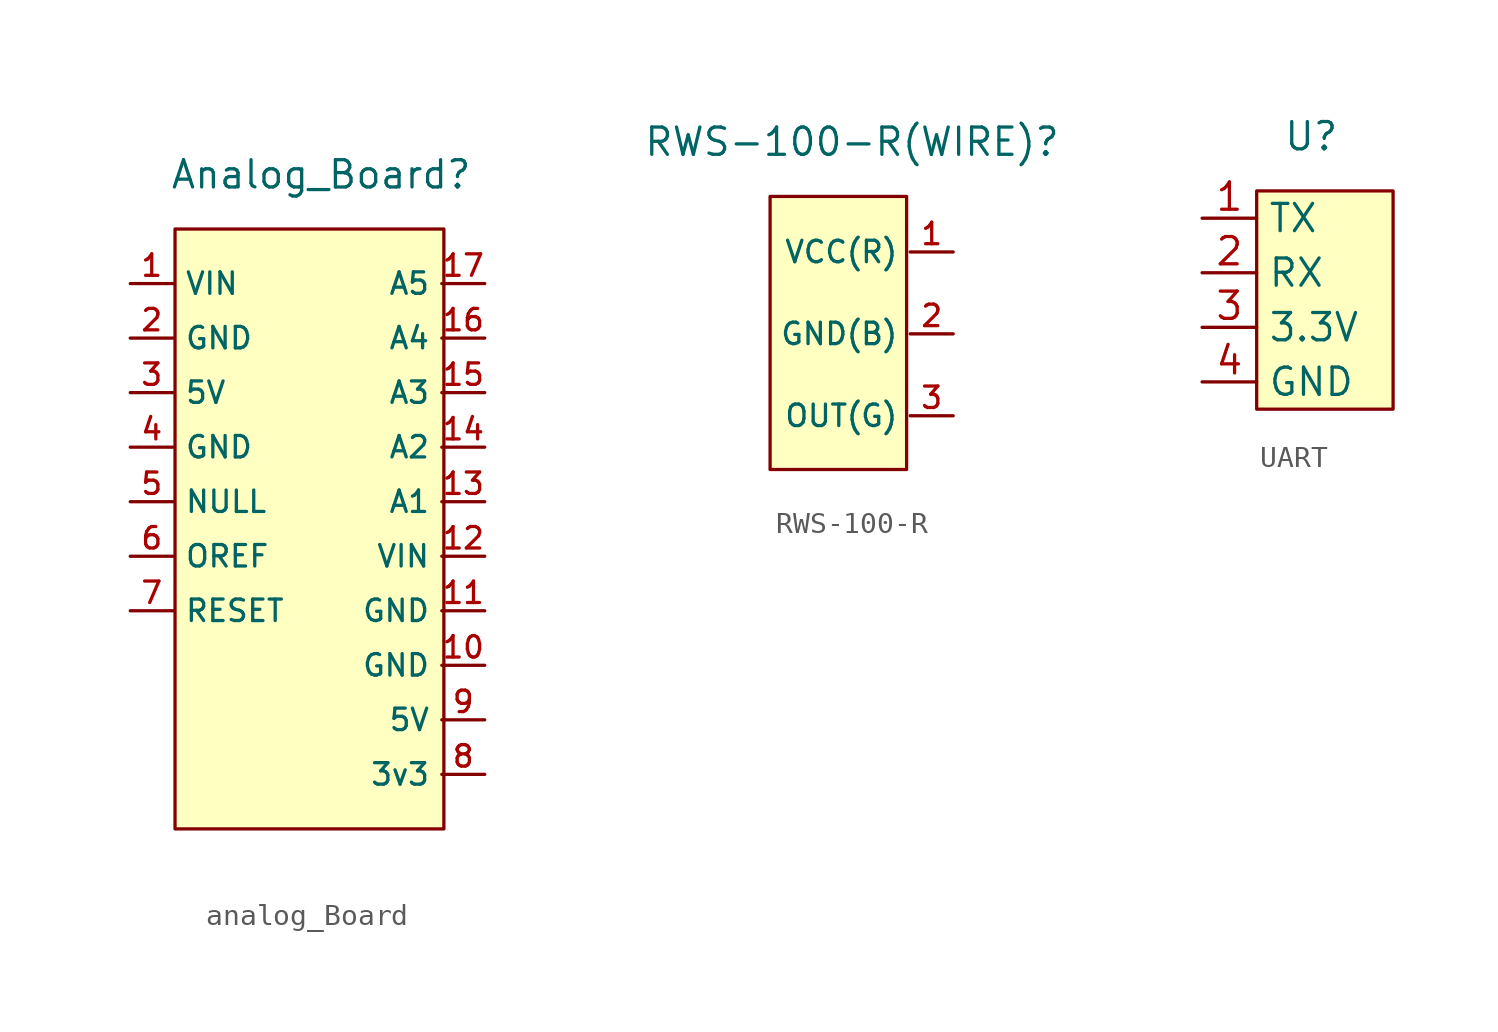
<source format=kicad_sym>
(kicad_symbol_lib
  (version 20220914)
  (generator kicad_symbol_editor)
  (symbol "analog_Board"
    (property "Reference" "Analog_Board"
      (at 12.7 30.48 0)
      (effects (font (size 1.27 1.27))))
    (property "Value" ""
      (at 12.7 30.48 0)
      (effects (font (size 1.27 1.27))))
    (symbol "analog_Board_1_1"
      (rectangle (start 5.895 27.94) (end 18.417 0) (stroke (width 0) (type default)) (fill (type background)))
      (pin output line (at 3.81 25.4 0) (length 2) (name "VIN" (effects (font (size 1 1)))) (number "1" (effects (font (size 1 1)))))
      (pin output line (at 20.32 7.62 180) (length 2) (name "GND" (effects (font (size 1 1)))) (number "10" (effects (font (size 1 1)))))
      (pin output line (at 20.32 10.16 180) (length 2) (name "GND" (effects (font (size 1 1)))) (number "11" (effects (font (size 1 1)))))
      (pin output line (at 20.32 12.7 180) (length 2) (name "VIN" (effects (font (size 1 1)))) (number "12" (effects (font (size 1 1)))))
      (pin output line (at 20.32 15.24 180) (length 2) (name "A1" (effects (font (size 1 1)))) (number "13" (effects (font (size 1 1)))))
      (pin output line (at 20.32 17.78 180) (length 2) (name "A2" (effects (font (size 1 1)))) (number "14" (effects (font (size 1 1)))))
      (pin output line (at 20.32 20.32 180) (length 2) (name "A3" (effects (font (size 1 1)))) (number "15" (effects (font (size 1 1)))))
      (pin output line (at 20.32 22.86 180) (length 2) (name "A4" (effects (font (size 1 1)))) (number "16" (effects (font (size 1 1)))))
      (pin output line (at 20.32 25.4 180) (length 2) (name "A5" (effects (font (size 1 1)))) (number "17" (effects (font (size 1 1)))))
      (pin output line (at 3.81 22.86 0) (length 2) (name "GND" (effects (font (size 1 1)))) (number "2" (effects (font (size 1 1)))))
      (pin output line (at 3.81 20.32 0) (length 2) (name "5V" (effects (font (size 1 1)))) (number "3" (effects (font (size 1 1)))))
      (pin output line (at 3.81 17.78 0) (length 2) (name "GND" (effects (font (size 1 1)))) (number "4" (effects (font (size 1 1)))))
      (pin output line (at 3.81 15.24 0) (length 2) (name "NULL" (effects (font (size 1 1)))) (number "5" (effects (font (size 1 1)))))
      (pin output line (at 3.81 12.7 0) (length 2) (name "OREF" (effects (font (size 1 1)))) (number "6" (effects (font (size 1 1)))))
      (pin output line (at 3.81 10.16 0) (length 2) (name "RESET" (effects (font (size 1 1)))) (number "7" (effects (font (size 1 1)))))
      (pin output line (at 20.32 2.54 180) (length 2) (name "3v3" (effects (font (size 1 1)))) (number "8" (effects (font (size 1 1)))))
      (pin output line (at 20.32 5.08 180) (length 2) (name "5V" (effects (font (size 1 1)))) (number "9" (effects (font (size 1 1)))))))
  (symbol "RWS-100-R"
    (property "Reference" "RWS-100-R(WIRE)"
      (at 6.35 15.24 0)
      (effects (font (size 1.27 1.27))))
    (property "Value" ""
      (at 6.35 15.24 0)
      (effects (font (size 1.27 1.27))))
    (symbol "RWS-100-R_1_1"
      (rectangle (start 2.54 12.7) (end 8.89 0) (stroke (width 0) (type default)) (fill (type background)))
      (pin input line (at 11.057 10.119 180) (length 2) (name "VCC(R)" (effects (font (size 1 1)))) (number "1" (effects (font (size 1 1)))))
      (pin input line (at 11.057 6.309 180) (length 2) (name "GND(B)" (effects (font (size 1 1)))) (number "2" (effects (font (size 1 1)))))
      (pin output line (at 11.057 2.499 180) (length 2) (name "OUT(G)" (effects (font (size 1 1)))) (number "3" (effects (font (size 1 1)))))))
  (symbol "UART"
    (property "Reference" "U"
      (at 6.35 13.97 0)
      (effects (font (size 1.27 1.27))))
    (property "Value" ""
      (at 2.54 12.7 0)
      (effects (font (size 1.27 1.27))))
    (symbol "UART_1_1"
      (rectangle (start 3.81 11.43) (end 10.16 1.27) (stroke (width 0) (type default)) (fill (type background)))
      (pin input line (at 1.27 10.16 0) (length 2.54) (name "TX" (effects (font (size 1.27 1.27)))) (number "1" (effects (font (size 1.27 1.27)))))
      (pin input line (at 1.27 7.62 0) (length 2.54) (name "RX" (effects (font (size 1.27 1.27)))) (number "2" (effects (font (size 1.27 1.27)))))
      (pin input line (at 1.27 5.08 0) (length 2.54) (name "3.3V" (effects (font (size 1.27 1.27)))) (number "3" (effects (font (size 1.27 1.27)))))
      (pin input line (at 1.27 2.54 0) (length 2.54) (name "GND" (effects (font (size 1.27 1.27)))) (number "4" (effects (font (size 1.27 1.27))))))))
</source>
